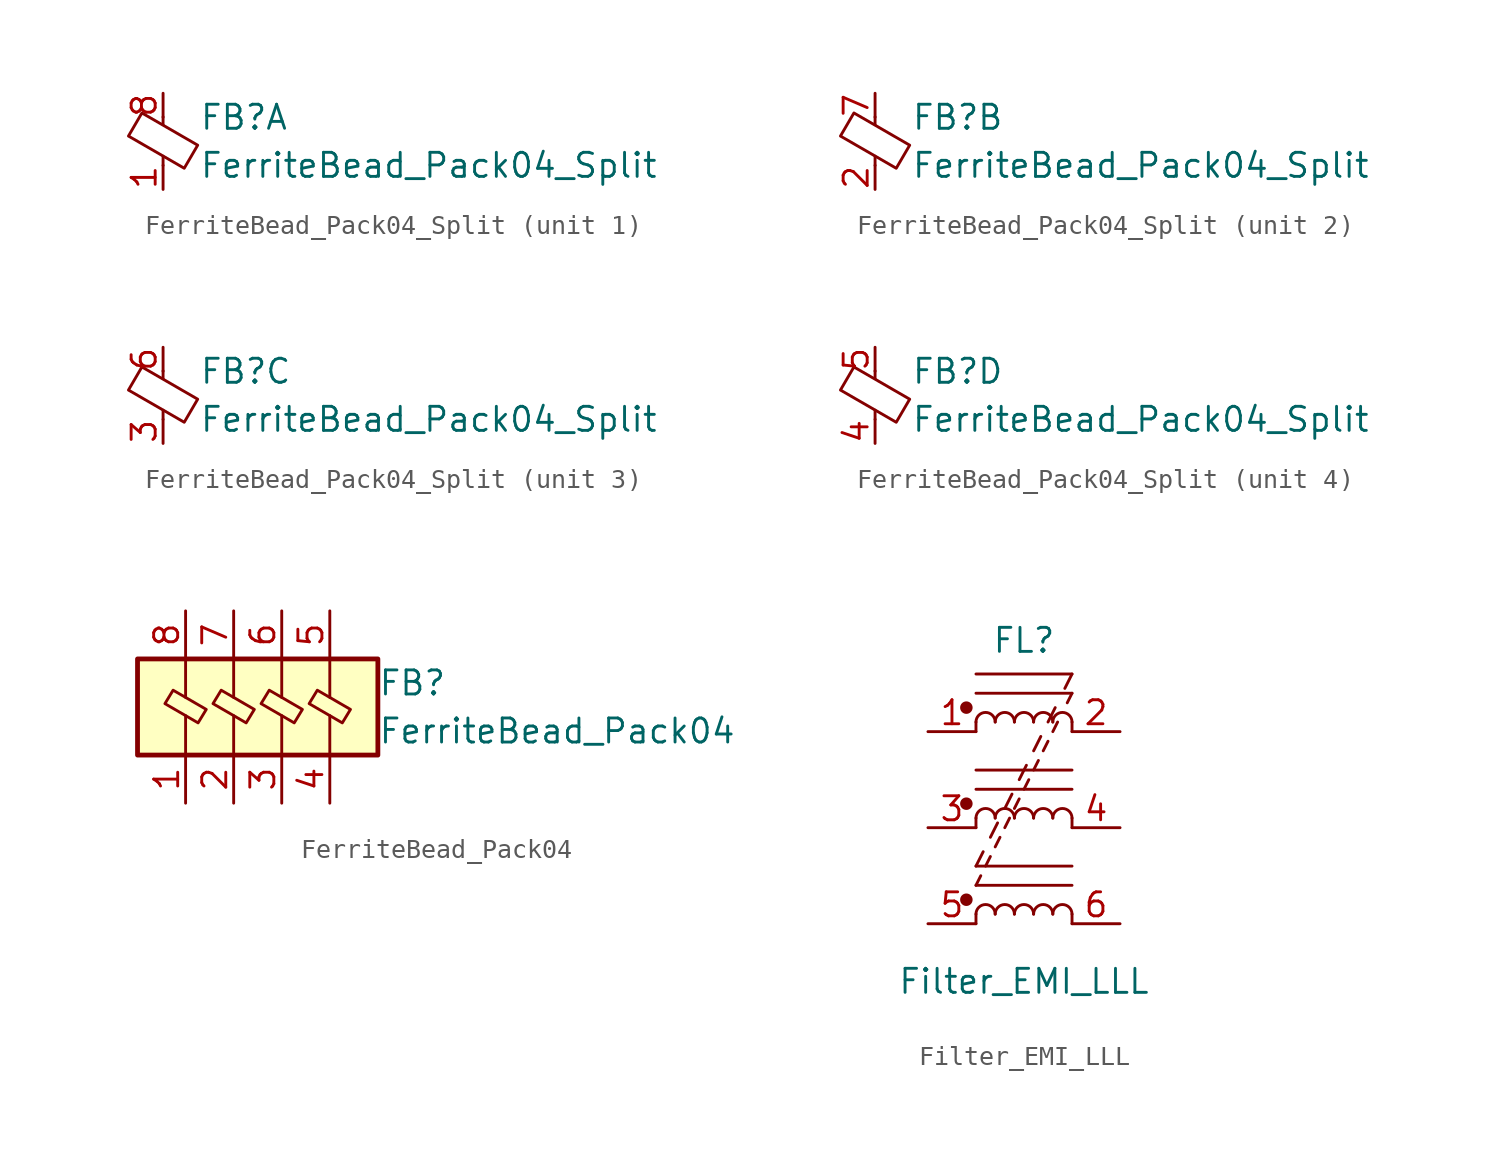
<source format=kicad_sym>
(kicad_symbol_lib
  (version 20231120)
  (generator "kicad_symbol_editor")
  (generator_version "8.0")
  (symbol "FerriteBead_Pack04_Split"
    (pin_names
      (offset 0))
    (property "Reference" "FB"
      (at 1.905 1.27 0)
      (effects (font (size 1.27 1.27)) (justify left)))
    (property "Value" "FerriteBead_Pack04_Split"
      (at 1.905 -1.27 0)
      (effects (font (size 1.27 1.27)) (justify left)))
    (symbol "FerriteBead_Pack04_Split_0_1"
      (polyline (pts (xy 0 -1.27) (xy 0 -0.787)) (stroke (width 0) (type default)) (fill (type none)))
      (polyline (pts (xy 0 0.889) (xy 0 1.295)) (stroke (width 0) (type default)) (fill (type none)))
      (polyline (pts (xy -1.829 0.279) (xy -1.118 1.499) (xy 1.829 -0.203) (xy 1.118 -1.422) (xy -1.829 0.279)) (stroke (width 0) (type default)) (fill (type none))))
    (symbol "FerriteBead_Pack04_Split_1_1"
      (pin passive line (at 0 -2.54 90) (length 1.27) (name "~" (effects (font (size 1.27 1.27)))) (number "1" (effects (font (size 1.27 1.27)))))
      (pin passive line (at 0 2.54 270) (length 1.27) (name "~" (effects (font (size 1.27 1.27)))) (number "8" (effects (font (size 1.27 1.27))))))
    (symbol "FerriteBead_Pack04_Split_2_1"
      (pin passive line (at 0 -2.54 90) (length 1.27) (name "~" (effects (font (size 1.27 1.27)))) (number "2" (effects (font (size 1.27 1.27)))))
      (pin passive line (at 0 2.54 270) (length 1.27) (name "~" (effects (font (size 1.27 1.27)))) (number "7" (effects (font (size 1.27 1.27))))))
    (symbol "FerriteBead_Pack04_Split_3_1"
      (pin passive line (at 0 -2.54 90) (length 1.27) (name "~" (effects (font (size 1.27 1.27)))) (number "3" (effects (font (size 1.27 1.27)))))
      (pin passive line (at 0 2.54 270) (length 1.27) (name "~" (effects (font (size 1.27 1.27)))) (number "6" (effects (font (size 1.27 1.27))))))
    (symbol "FerriteBead_Pack04_Split_4_1"
      (pin passive line (at 0 -2.54 90) (length 1.27) (name "~" (effects (font (size 1.27 1.27)))) (number "4" (effects (font (size 1.27 1.27)))))
      (pin passive line (at 0 2.54 270) (length 1.27) (name "~" (effects (font (size 1.27 1.27)))) (number "5" (effects (font (size 1.27 1.27)))))))
  (symbol "FerriteBead_Pack04"
    (property "Reference" "FB"
      (at 5.08 1.27 0)
      (effects (font (size 1.27 1.27)) (justify left)))
    (property "Value" "FerriteBead_Pack04"
      (at 5.08 -1.27 0)
      (effects (font (size 1.27 1.27)) (justify left)))
    (symbol "FerriteBead_Pack04_0_1"
      (rectangle (start -7.62 2.54) (end 5.08 -2.54) (stroke (width 0.254) (type default)) (fill (type background))))
    (symbol "FerriteBead_Pack04_1_1"
      (polyline (pts (xy -5.08 -2.54) (xy -5.08 -0.457)) (stroke (width 0) (type default)) (fill (type none)))
      (polyline (pts (xy -5.08 0.508) (xy -5.08 2.54)) (stroke (width 0) (type default)) (fill (type none)))
      (polyline (pts (xy -2.54 -2.54) (xy -2.54 -0.457)) (stroke (width 0) (type default)) (fill (type none)))
      (polyline (pts (xy -2.54 0.508) (xy -2.54 2.54)) (stroke (width 0) (type default)) (fill (type none)))
      (polyline (pts (xy 0 -2.54) (xy 0 -0.457)) (stroke (width 0) (type default)) (fill (type none)))
      (polyline (pts (xy 0 0.508) (xy 0 2.54)) (stroke (width 0) (type default)) (fill (type none)))
      (polyline (pts (xy 2.54 -2.54) (xy 2.54 -0.457)) (stroke (width 0) (type default)) (fill (type none)))
      (polyline (pts (xy 2.54 0.508) (xy 2.54 2.54)) (stroke (width 0) (type default)) (fill (type none)))
      (polyline (pts (xy -6.172 0.178) (xy -5.74 0.889) (xy -3.988 -0.127) (xy -4.42 -0.838) (xy -6.172 0.178)) (stroke (width 0) (type default)) (fill (type none)))
      (polyline (pts (xy -3.632 0.178) (xy -3.2 0.889) (xy -1.448 -0.127) (xy -1.88 -0.838) (xy -3.632 0.178)) (stroke (width 0) (type default)) (fill (type none)))
      (polyline (pts (xy -1.092 0.178) (xy -0.66 0.889) (xy 1.092 -0.127) (xy 0.66 -0.838) (xy -1.092 0.178)) (stroke (width 0) (type default)) (fill (type none)))
      (polyline (pts (xy 1.448 0.178) (xy 1.88 0.889) (xy 3.632 -0.127) (xy 3.2 -0.838) (xy 1.448 0.178)) (stroke (width 0) (type default)) (fill (type none)))
      (pin passive line (at -5.08 -5.08 90) (length 2.54) (name "~" (effects (font (size 1.27 1.27)))) (number "1" (effects (font (size 1.27 1.27)))))
      (pin passive line (at -2.54 -5.08 90) (length 2.54) (name "~" (effects (font (size 1.27 1.27)))) (number "2" (effects (font (size 1.27 1.27)))))
      (pin passive line (at 0 -5.08 90) (length 2.54) (name "~" (effects (font (size 1.27 1.27)))) (number "3" (effects (font (size 1.27 1.27)))))
      (pin passive line (at 2.54 -5.08 90) (length 2.54) (name "~" (effects (font (size 1.27 1.27)))) (number "4" (effects (font (size 1.27 1.27)))))
      (pin passive line (at 2.54 5.08 270) (length 2.54) (name "~" (effects (font (size 1.27 1.27)))) (number "5" (effects (font (size 1.27 1.27)))))
      (pin passive line (at 0 5.08 270) (length 2.54) (name "~" (effects (font (size 1.27 1.27)))) (number "6" (effects (font (size 1.27 1.27)))))
      (pin passive line (at -2.54 5.08 270) (length 2.54) (name "~" (effects (font (size 1.27 1.27)))) (number "7" (effects (font (size 1.27 1.27)))))
      (pin passive line (at -5.08 5.08 270) (length 2.54) (name "~" (effects (font (size 1.27 1.27)))) (number "8" (effects (font (size 1.27 1.27)))))))
  (symbol "Filter_EMI_LLL"
    (pin_names
      (offset 0.254) hide)
    (property "Reference" "FL"
      (at 0 9.906 0)
      (effects (font (size 1.27 1.27))))
    (property "Value" "Filter_EMI_LLL"
      (at 0 -8.128 0)
      (effects (font (size 1.27 1.27))))
    (symbol "Filter_EMI_LLL_0_1"
      (circle (center -3.048 -3.81) (radius 0.254) (stroke (width 0) (type default)) (fill (type outline)))
      (circle (center -3.048 1.27) (radius 0.254) (stroke (width 0) (type default)) (fill (type outline)))
      (circle (center -3.048 6.35) (radius 0.254) (stroke (width 0) (type default)) (fill (type outline)))
      (arc (start -1.524 -4.572) (mid -2.032 -4.0662) (end -2.54 -4.572) (stroke (width 0) (type default)) (fill (type none)))
      (arc (start -1.524 0.508) (mid -2.032 1.0138) (end -2.54 0.508) (stroke (width 0) (type default)) (fill (type none)))
      (arc (start -1.524 5.588) (mid -2.032 6.0938) (end -2.54 5.588) (stroke (width 0) (type default)) (fill (type none)))
      (arc (start -0.508 -4.572) (mid -1.016 -4.0662) (end -1.524 -4.572) (stroke (width 0) (type default)) (fill (type none)))
      (arc (start -0.508 0.508) (mid -1.016 1.0138) (end -1.524 0.508) (stroke (width 0) (type default)) (fill (type none)))
      (arc (start -0.508 5.588) (mid -1.016 6.0938) (end -1.524 5.588) (stroke (width 0) (type default)) (fill (type none)))
      (polyline (pts (xy -2.54 -4.572) (xy -2.54 -5.08)) (stroke (width 0) (type default)) (fill (type none)))
      (polyline (pts (xy -2.54 -3.048) (xy -2.286 -2.54)) (stroke (width 0) (type default)) (fill (type none)))
      (polyline (pts (xy -2.54 -2.032) (xy -2.159 -1.27)) (stroke (width 0) (type default)) (fill (type none)))
      (polyline (pts (xy -2.54 -2.032) (xy 2.54 -2.032)) (stroke (width 0) (type default)) (fill (type none)))
      (polyline (pts (xy -2.54 0.508) (xy -2.54 0)) (stroke (width 0) (type default)) (fill (type none)))
      (polyline (pts (xy -2.54 3.048) (xy 2.54 3.048)) (stroke (width 0) (type default)) (fill (type none)))
      (polyline (pts (xy -2.54 5.588) (xy -2.54 5.08)) (stroke (width 0) (type default)) (fill (type none)))
      (polyline (pts (xy -2.54 7.112) (xy 2.54 7.112)) (stroke (width 0) (type default)) (fill (type none)))
      (polyline (pts (xy -2.54 8.128) (xy 2.54 8.128)) (stroke (width 0) (type default)) (fill (type none)))
      (polyline (pts (xy -2.032 -2.032) (xy -1.778 -1.524)) (stroke (width 0) (type default)) (fill (type none)))
      (polyline (pts (xy -1.778 -0.508) (xy -1.397 0.254)) (stroke (width 0) (type default)) (fill (type none)))
      (polyline (pts (xy -1.524 -1.016) (xy -1.27 -0.508)) (stroke (width 0) (type default)) (fill (type none)))
      (polyline (pts (xy -1.016 0) (xy -0.762 0.508)) (stroke (width 0) (type default)) (fill (type none)))
      (polyline (pts (xy -1.016 1.016) (xy -0.635 1.778)) (stroke (width 0) (type default)) (fill (type none)))
      (polyline (pts (xy -0.508 1.016) (xy -0.254 1.524)) (stroke (width 0) (type default)) (fill (type none)))
      (polyline (pts (xy -0.254 2.54) (xy 0.127 3.302)) (stroke (width 0) (type default)) (fill (type none)))
      (polyline (pts (xy 0 2.032) (xy 0.254 2.54)) (stroke (width 0) (type default)) (fill (type none)))
      (polyline (pts (xy 0.508 3.048) (xy 0.762 3.556)) (stroke (width 0) (type default)) (fill (type none)))
      (polyline (pts (xy 0.508 4.064) (xy 0.889 4.826)) (stroke (width 0) (type default)) (fill (type none)))
      (polyline (pts (xy 1.016 4.064) (xy 1.27 4.572)) (stroke (width 0) (type default)) (fill (type none)))
      (polyline (pts (xy 1.27 5.588) (xy 1.651 6.35)) (stroke (width 0) (type default)) (fill (type none)))
      (polyline (pts (xy 1.524 5.08) (xy 1.778 5.588)) (stroke (width 0) (type default)) (fill (type none)))
      (polyline (pts (xy 2.54 -4.572) (xy 2.54 -5.08)) (stroke (width 0) (type default)) (fill (type none)))
      (polyline (pts (xy 2.54 -3.048) (xy -2.54 -3.048)) (stroke (width 0) (type default)) (fill (type none)))
      (polyline (pts (xy 2.54 0.508) (xy 2.54 0)) (stroke (width 0) (type default)) (fill (type none)))
      (polyline (pts (xy 2.54 2.032) (xy -2.54 2.032)) (stroke (width 0) (type default)) (fill (type none)))
      (polyline (pts (xy 2.54 5.588) (xy 2.54 5.08)) (stroke (width 0) (type default)) (fill (type none)))
      (polyline (pts (xy 2.54 7.112) (xy 2.286 6.604)) (stroke (width 0) (type default)) (fill (type none)))
      (polyline (pts (xy 2.54 8.128) (xy 2.159 7.366)) (stroke (width 0) (type default)) (fill (type none)))
      (arc (start 0.508 -4.572) (mid 0 -4.0662) (end -0.508 -4.572) (stroke (width 0) (type default)) (fill (type none)))
      (arc (start 0.508 0.508) (mid 0 1.0138) (end -0.508 0.508) (stroke (width 0) (type default)) (fill (type none)))
      (arc (start 0.508 5.588) (mid 0 6.0938) (end -0.508 5.588) (stroke (width 0) (type default)) (fill (type none)))
      (arc (start 1.524 -4.572) (mid 1.016 -4.0662) (end 0.508 -4.572) (stroke (width 0) (type default)) (fill (type none)))
      (arc (start 1.524 0.508) (mid 1.016 1.0138) (end 0.508 0.508) (stroke (width 0) (type default)) (fill (type none)))
      (arc (start 1.524 5.588) (mid 1.016 6.0938) (end 0.508 5.588) (stroke (width 0) (type default)) (fill (type none)))
      (arc (start 2.54 -4.572) (mid 2.032 -4.0662) (end 1.524 -4.572) (stroke (width 0) (type default)) (fill (type none)))
      (arc (start 2.54 0.508) (mid 2.032 1.0138) (end 1.524 0.508) (stroke (width 0) (type default)) (fill (type none)))
      (arc (start 2.54 5.588) (mid 2.032 6.0938) (end 1.524 5.588) (stroke (width 0) (type default)) (fill (type none))))
    (symbol "Filter_EMI_LLL_1_1"
      (pin passive line (at -5.08 5.08 0) (length 2.54) (name "1" (effects (font (size 1.27 1.27)))) (number "1" (effects (font (size 1.27 1.27)))))
      (pin passive line (at 5.08 5.08 180) (length 2.54) (name "2" (effects (font (size 1.27 1.27)))) (number "2" (effects (font (size 1.27 1.27)))))
      (pin passive line (at -5.08 0 0) (length 2.54) (name "3" (effects (font (size 1.27 1.27)))) (number "3" (effects (font (size 1.27 1.27)))))
      (pin passive line (at 5.08 0 180) (length 2.54) (name "4" (effects (font (size 1.27 1.27)))) (number "4" (effects (font (size 1.27 1.27)))))
      (pin passive line (at -5.08 -5.08 0) (length 2.54) (name "5" (effects (font (size 1.27 1.27)))) (number "5" (effects (font (size 1.27 1.27)))))
      (pin passive line (at 5.08 -5.08 180) (length 2.54) (name "6" (effects (font (size 1.27 1.27)))) (number "6" (effects (font (size 1.27 1.27))))))))
</source>
